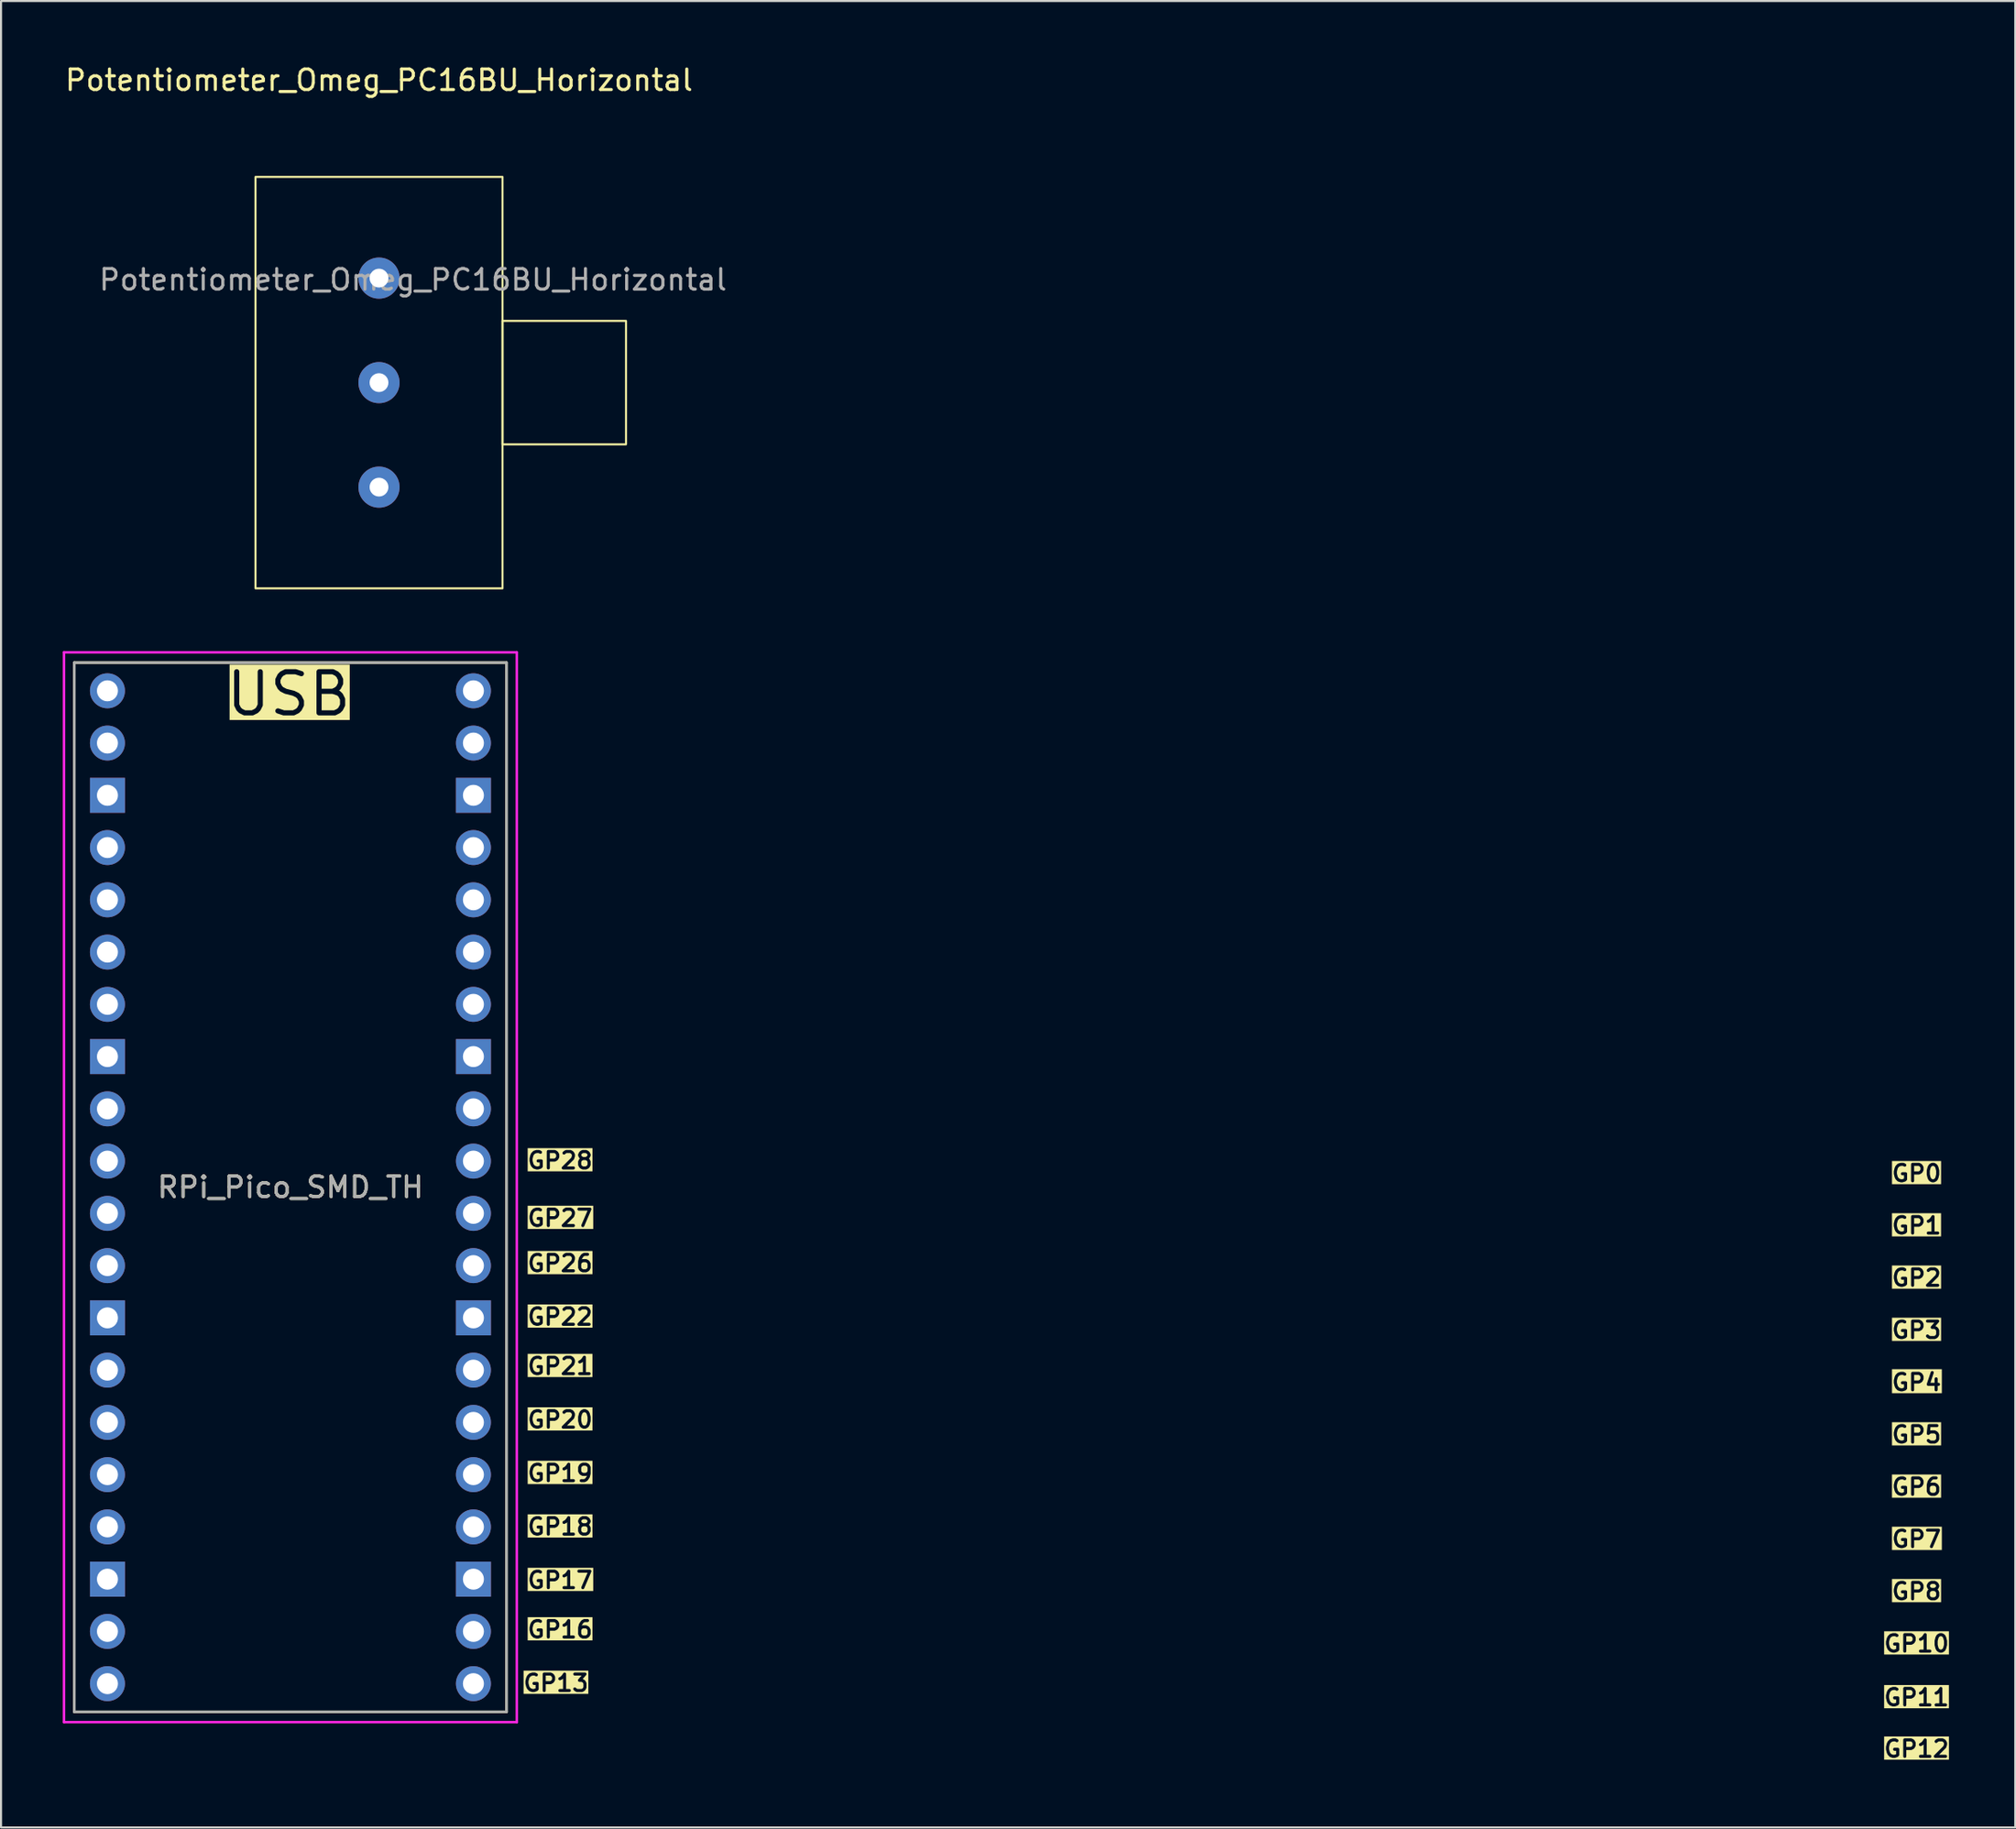
<source format=kicad_pcb>
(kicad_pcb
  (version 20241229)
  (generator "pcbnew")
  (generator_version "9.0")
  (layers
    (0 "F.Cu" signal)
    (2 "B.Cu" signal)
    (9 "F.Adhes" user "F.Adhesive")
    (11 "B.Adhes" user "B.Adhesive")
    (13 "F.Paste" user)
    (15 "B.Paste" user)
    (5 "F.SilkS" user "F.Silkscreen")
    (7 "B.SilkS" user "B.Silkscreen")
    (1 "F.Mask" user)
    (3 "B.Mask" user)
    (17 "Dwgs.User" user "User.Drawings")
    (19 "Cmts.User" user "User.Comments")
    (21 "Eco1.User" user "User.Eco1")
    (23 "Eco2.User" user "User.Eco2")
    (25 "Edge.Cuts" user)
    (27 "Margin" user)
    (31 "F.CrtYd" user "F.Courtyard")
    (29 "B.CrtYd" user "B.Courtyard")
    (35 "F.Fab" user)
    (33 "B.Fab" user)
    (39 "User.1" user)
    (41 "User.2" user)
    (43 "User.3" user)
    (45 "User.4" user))
  (footprint "Potentiometer_Omeg_PC16BU_Horizontal"
    (layer "F.Cu")
    (at 15.363 15.548)
    (property "Reference" "Potentiometer_Omeg_PC16BU_Horizontal" (at 0 -14.7 0) (layer "F.SilkS") (effects (font (size 1 1) (thickness 0.15))))
    (attr through_hole)
    (fp_rect (start -6 -10) (end 6 10) (stroke (width 0.1) (type default)) (fill no) (layer "F.SilkS"))
    (fp_rect (start 6 -3) (end 12 3) (stroke (width 0.1) (type default)) (fill no) (layer "F.SilkS"))
    (fp_text user "${REFERENCE}" (at 1.65 -5 0) (layer "F.Fab") (effects (font (size 1 1) (thickness 0.15))))
    (pad "1" thru_hole circle (at 0 5.08) (size 2 2) (drill 0.914) (layers "*.Cu" "*.Mask"))
    (pad "2" thru_hole circle (at 0 0) (size 2 2) (drill 0.914) (layers "*.Cu" "*.Mask"))
    (pad "3" thru_hole circle (at 0 -5.08) (size 2 2) (drill 0.914) (layers "*.Cu" "*.Mask")))
  (footprint "RPi_Pico_SMD_TH"
    (layer "F.Cu")
    (at 11.06 54.658)
    (property "Reference" "RPi_Pico_SMD_TH" (at 0 0 0) (layer "F.SilkS") (effects (font (size 1 1) (thickness 0.15))))
    (attr through_hole)
    (fp_line (start -10.5 -25.5) (end 10.5 -25.5) (stroke (width 0.12) (type solid)) (layer "F.SilkS"))
    (fp_line (start -10.5 25.5) (end -10.5 -25.5) (stroke (width 0.12) (type solid)) (layer "F.SilkS"))
    (fp_line (start -10.5 25.5) (end 10.5 25.5) (stroke (width 0.12) (type solid)) (layer "F.SilkS"))
    (fp_line (start 10.5 25.5) (end 10.5 -25.5) (stroke (width 0.12) (type solid)) (layer "F.SilkS"))
    (fp_line (start -11 -26) (end 11 -26) (stroke (width 0.12) (type solid)) (layer "F.CrtYd"))
    (fp_line (start -11 26) (end -11 -26) (stroke (width 0.12) (type solid)) (layer "F.CrtYd"))
    (fp_line (start 11 -26) (end 11 26) (stroke (width 0.12) (type solid)) (layer "F.CrtYd"))
    (fp_line (start 11 26) (end -11 26) (stroke (width 0.12) (type solid)) (layer "F.CrtYd"))
    (fp_line (start -10.5 -25.5) (end 10.5 -25.5) (stroke (width 0.12) (type solid)) (layer "F.Fab"))
    (fp_line (start -10.5 25.5) (end -10.5 -25.5) (stroke (width 0.12) (type solid)) (layer "F.Fab"))
    (fp_line (start 10.5 -25.5) (end 10.5 25.5) (stroke (width 0.12) (type solid)) (layer "F.Fab"))
    (fp_line (start 10.5 25.5) (end -10.5 25.5) (stroke (width 0.12) (type solid)) (layer "F.Fab"))
    (fp_text user "GP28" (at 13.1 -1.3 0) (layer "F.SilkS" knockout) (effects (font (size 0.8 0.8) (thickness 0.15))))
    (fp_text user "GP19" (at 13.1 13.9 0) (layer "F.SilkS" knockout) (effects (font (size 0.8 0.8) (thickness 0.15))))
    (fp_text user "GP3" (at 79 6.945 0) (layer "F.SilkS" knockout) (effects (font (size 0.8 0.8) (thickness 0.15))))
    (fp_text user "GP0" (at 79 -0.675 0) (layer "F.SilkS" knockout) (effects (font (size 0.8 0.8) (thickness 0.15))))
    (fp_text user "GP18" (at 13.1 16.5 0) (layer "F.SilkS" knockout) (effects (font (size 0.8 0.8) (thickness 0.15))))
    (fp_text user "GP11" (at 79 24.8 0) (layer "F.SilkS" knockout) (effects (font (size 0.8 0.8) (thickness 0.15))))
    (fp_text user "GP7" (at 79 17.105 0) (layer "F.SilkS" knockout) (effects (font (size 0.8 0.8) (thickness 0.15))))
    (fp_text user "GP12" (at 79 27.3 0) (layer "F.SilkS" knockout) (effects (font (size 0.8 0.8) (thickness 0.15))))
    (fp_text user "GP17" (at 13.1 19.1 180) (layer "F.SilkS" knockout) (effects (font (size 0.8 0.8) (thickness 0.15))))
    (fp_text user "GP27" (at 13.1 1.5 0) (layer "F.SilkS" knockout) (effects (font (size 0.8 0.8) (thickness 0.15))))
    (fp_text user "USB" (at -3.25 -22.8 0) (unlocked yes) (layer "F.SilkS" knockout) (effects (font (size 2 2) (thickness 0.25) (bold yes)) (justify left bottom)))
    (fp_text user "GP16" (at 13.1 21.5 0) (layer "F.SilkS" knockout) (effects (font (size 0.8 0.8) (thickness 0.15))))
    (fp_text user "GP13" (at 12.9 24.1 0) (layer "F.SilkS" knockout) (effects (font (size 0.8 0.8) (thickness 0.15))))
    (fp_text user "GP6" (at 79 14.565 0) (layer "F.SilkS" knockout) (effects (font (size 0.8 0.8) (thickness 0.15))))
    (fp_text user "GP8" (at 79 19.645 0) (layer "F.SilkS" knockout) (effects (font (size 0.8 0.8) (thickness 0.15))))
    (fp_text user "GP5" (at 79 12.025 0) (layer "F.SilkS" knockout) (effects (font (size 0.8 0.8) (thickness 0.15))))
    (fp_text user "GP26" (at 13.1 3.7 0) (layer "F.SilkS" knockout) (effects (font (size 0.8 0.8) (thickness 0.15))))
    (fp_text user "GP21" (at 13.1 8.7 0) (layer "F.SilkS" knockout) (effects (font (size 0.8 0.8) (thickness 0.15))))
    (fp_text user "GP4" (at 79 9.485 0) (layer "F.SilkS" knockout) (effects (font (size 0.8 0.8) (thickness 0.15))))
    (fp_text user "GP10" (at 79 22.185 0) (layer "F.SilkS" knockout) (effects (font (size 0.8 0.8) (thickness 0.15))))
    (fp_text user "GP1" (at 79 1.865 0) (layer "F.SilkS" knockout) (effects (font (size 0.8 0.8) (thickness 0.15))))
    (fp_text user "GP20" (at 13.1 11.3 0) (layer "F.SilkS" knockout) (effects (font (size 0.8 0.8) (thickness 0.15))))
    (fp_text user "GP22" (at 13.1 6.3 0) (layer "F.SilkS" knockout) (effects (font (size 0.8 0.8) (thickness 0.15))))
    (fp_text user "GP2" (at 79 4.405 0) (layer "F.SilkS" knockout) (effects (font (size 0.8 0.8) (thickness 0.15))))
    (fp_text user "${REFERENCE}" (at 0 0 180) (layer "F.Fab") (effects (font (size 1 1) (thickness 0.15))))
    (pad "1" thru_hole oval (at -8.89 -24.13) (size 1.7 1.7) (drill 1.02) (layers "*.Cu" "*.Mask"))
    (pad "2" thru_hole oval (at -8.89 -21.59) (size 1.7 1.7) (drill 1.02) (layers "*.Cu" "*.Mask"))
    (pad "3" thru_hole rect (at -8.89 -19.05) (size 1.7 1.7) (drill 1.02) (layers "*.Cu" "*.Mask"))
    (pad "4" thru_hole oval (at -8.89 -16.51) (size 1.7 1.7) (drill 1.02) (layers "*.Cu" "*.Mask"))
    (pad "5" thru_hole oval (at -8.89 -13.97) (size 1.7 1.7) (drill 1.02) (layers "*.Cu" "*.Mask"))
    (pad "6" thru_hole oval (at -8.89 -11.43) (size 1.7 1.7) (drill 1.02) (layers "*.Cu" "*.Mask"))
    (pad "7" thru_hole oval (at -8.89 -8.89) (size 1.7 1.7) (drill 1.02) (layers "*.Cu" "*.Mask"))
    (pad "8" thru_hole rect (at -8.89 -6.35) (size 1.7 1.7) (drill 1.02) (layers "*.Cu" "*.Mask"))
    (pad "9" thru_hole oval (at -8.89 -3.81) (size 1.7 1.7) (drill 1.02) (layers "*.Cu" "*.Mask"))
    (pad "10" thru_hole oval (at -8.89 -1.27) (size 1.7 1.7) (drill 1.02) (layers "*.Cu" "*.Mask"))
    (pad "11" thru_hole oval (at -8.89 1.27) (size 1.7 1.7) (drill 1.02) (layers "*.Cu" "*.Mask"))
    (pad "12" thru_hole oval (at -8.89 3.81) (size 1.7 1.7) (drill 1.02) (layers "*.Cu" "*.Mask"))
    (pad "13" thru_hole rect (at -8.89 6.35) (size 1.7 1.7) (drill 1.02) (layers "*.Cu" "*.Mask"))
    (pad "14" thru_hole oval (at -8.89 8.89) (size 1.7 1.7) (drill 1.02) (layers "*.Cu" "*.Mask"))
    (pad "15" thru_hole oval (at -8.89 11.43) (size 1.7 1.7) (drill 1.02) (layers "*.Cu" "*.Mask"))
    (pad "16" thru_hole oval (at -8.89 13.97) (size 1.7 1.7) (drill 1.02) (layers "*.Cu" "*.Mask"))
    (pad "17" thru_hole oval (at -8.89 16.51) (size 1.7 1.7) (drill 1.02) (layers "*.Cu" "*.Mask"))
    (pad "18" thru_hole rect (at -8.89 19.05) (size 1.7 1.7) (drill 1.02) (layers "*.Cu" "*.Mask"))
    (pad "19" thru_hole oval (at -8.89 21.59) (size 1.7 1.7) (drill 1.02) (layers "*.Cu" "*.Mask"))
    (pad "20" thru_hole oval (at -8.89 24.13) (size 1.7 1.7) (drill 1.02) (layers "*.Cu" "*.Mask"))
    (pad "21" thru_hole oval (at 8.89 24.13) (size 1.7 1.7) (drill 1.02) (layers "*.Cu" "*.Mask"))
    (pad "22" thru_hole oval (at 8.89 21.59) (size 1.7 1.7) (drill 1.02) (layers "*.Cu" "*.Mask"))
    (pad "23" thru_hole rect (at 8.89 19.05) (size 1.7 1.7) (drill 1.02) (layers "*.Cu" "*.Mask"))
    (pad "24" thru_hole oval (at 8.89 16.51) (size 1.7 1.7) (drill 1.02) (layers "*.Cu" "*.Mask"))
    (pad "25" thru_hole oval (at 8.89 13.97) (size 1.7 1.7) (drill 1.02) (layers "*.Cu" "*.Mask"))
    (pad "26" thru_hole oval (at 8.89 11.43) (size 1.7 1.7) (drill 1.02) (layers "*.Cu" "*.Mask"))
    (pad "27" thru_hole oval (at 8.89 8.89) (size 1.7 1.7) (drill 1.02) (layers "*.Cu" "*.Mask"))
    (pad "28" thru_hole rect (at 8.89 6.35) (size 1.7 1.7) (drill 1.02) (layers "*.Cu" "*.Mask"))
    (pad "29" thru_hole oval (at 8.89 3.81) (size 1.7 1.7) (drill 1.02) (layers "*.Cu" "*.Mask"))
    (pad "30" thru_hole oval (at 8.89 1.27) (size 1.7 1.7) (drill 1.02) (layers "*.Cu" "*.Mask"))
    (pad "31" thru_hole oval (at 8.89 -1.27) (size 1.7 1.7) (drill 1.02) (layers "*.Cu" "*.Mask"))
    (pad "32" thru_hole oval (at 8.89 -3.81) (size 1.7 1.7) (drill 1.02) (layers "*.Cu" "*.Mask"))
    (pad "33" thru_hole rect (at 8.89 -6.35) (size 1.7 1.7) (drill 1.02) (layers "*.Cu" "*.Mask"))
    (pad "34" thru_hole oval (at 8.89 -8.89) (size 1.7 1.7) (drill 1.02) (layers "*.Cu" "*.Mask"))
    (pad "35" thru_hole oval (at 8.89 -11.43) (size 1.7 1.7) (drill 1.02) (layers "*.Cu" "*.Mask"))
    (pad "36" thru_hole oval (at 8.89 -13.97) (size 1.7 1.7) (drill 1.02) (layers "*.Cu" "*.Mask"))
    (pad "37" thru_hole oval (at 8.89 -16.51) (size 1.7 1.7) (drill 1.02) (layers "*.Cu" "*.Mask"))
    (pad "38" thru_hole rect (at 8.89 -19.05) (size 1.7 1.7) (drill 1.02) (layers "*.Cu" "*.Mask"))
    (pad "39" thru_hole oval (at 8.89 -21.59) (size 1.7 1.7) (drill 1.02) (layers "*.Cu" "*.Mask"))
    (pad "40" thru_hole oval (at 8.89 -24.13) (size 1.7 1.7) (drill 1.02) (layers "*.Cu" "*.Mask")))
  (gr_rect
    (start -3 -3)
    (end 94.856 85.778)
    (stroke (width 0.1) (type default))
    (fill no)
    (layer "Edge.Cuts")))
</source>
